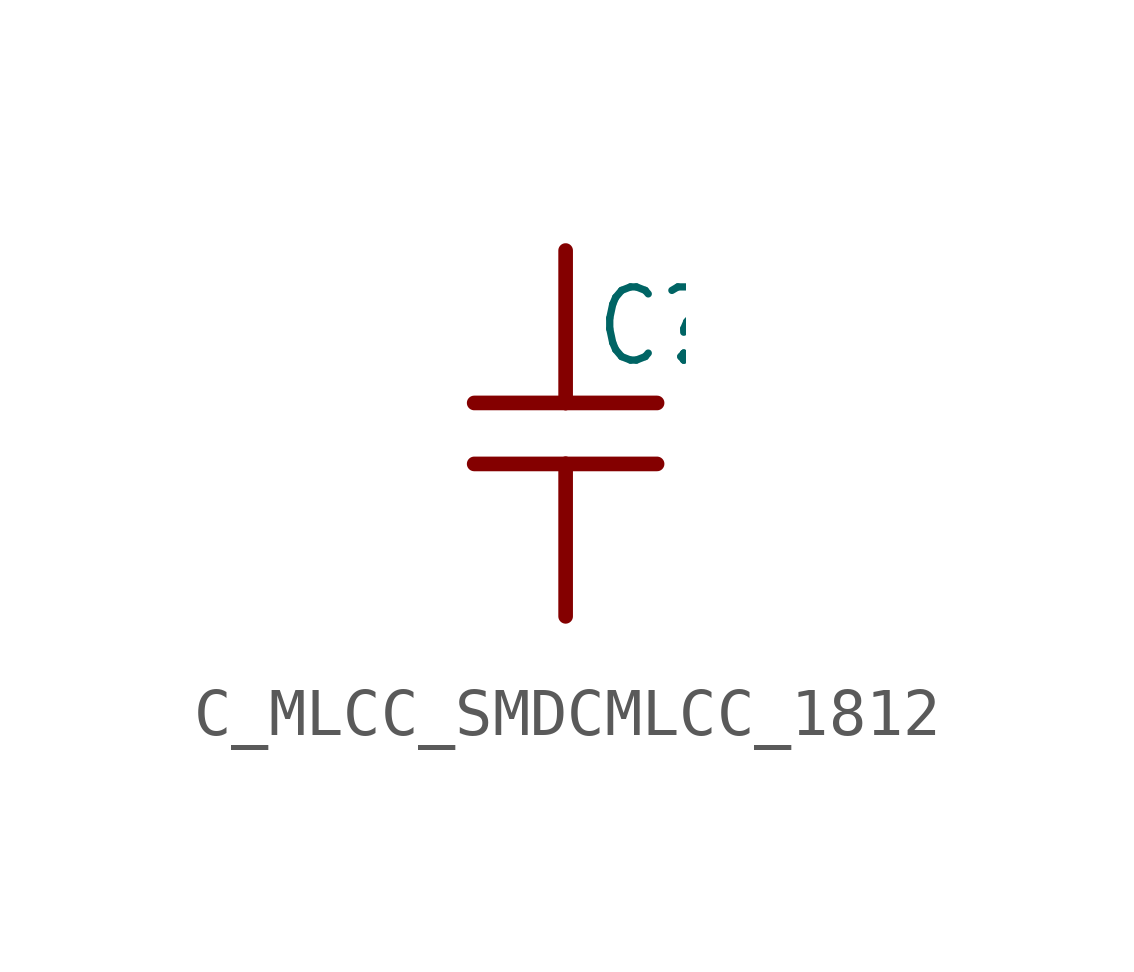
<source format=kicad_sym>
(kicad_symbol_lib
  (version 20231120)
  (generator "kicad_symbol_editor")
  (generator_version "8.0")
  (symbol "C_MLCC_SMDCMLCC_1812"
    (property "Reference" "C"
      (at 0.572 0.064 0)
      (effects (font (size 1.524 1.295)) (justify left bottom)))
    (property "Value" ""
      (at 0.572 -4.381 0)
      (effects (font (size 1.524 1.295)) (justify left bottom)))
    (property "ki_locked" ""
      (at 0 0 0)
      (effects (font (size 1.27 1.27))))
    (symbol "C_MLCC_SMDCMLCC_1812_1_0"
      (polyline (pts (xy -1.905 -1.905) (xy 0 -1.905)) (stroke (width 0.305) (type solid)) (fill (type none)))
      (polyline (pts (xy 0 -1.905) (xy 0 -5.08)) (stroke (width 0.305) (type solid)) (fill (type none)))
      (polyline (pts (xy 0 -1.905) (xy 1.905 -1.905)) (stroke (width 0.305) (type solid)) (fill (type none)))
      (polyline (pts (xy 0 -0.635) (xy -1.905 -0.635)) (stroke (width 0.305) (type solid)) (fill (type none)))
      (polyline (pts (xy 0 -0.635) (xy 0 2.54)) (stroke (width 0.305) (type solid)) (fill (type none)))
      (polyline (pts (xy 1.905 -0.635) (xy 0 -0.635)) (stroke (width 0.305) (type solid)) (fill (type none)))
      (pin passive line (at 0 2.54 270) (length 0) (name "1" (effects (font (size 0 0)))) (number "P$1" (effects (font (size 0 0)))))
      (pin passive line (at 0 -5.08 90) (length 0) (name "2" (effects (font (size 0 0)))) (number "P$2" (effects (font (size 0 0))))))))
</source>
